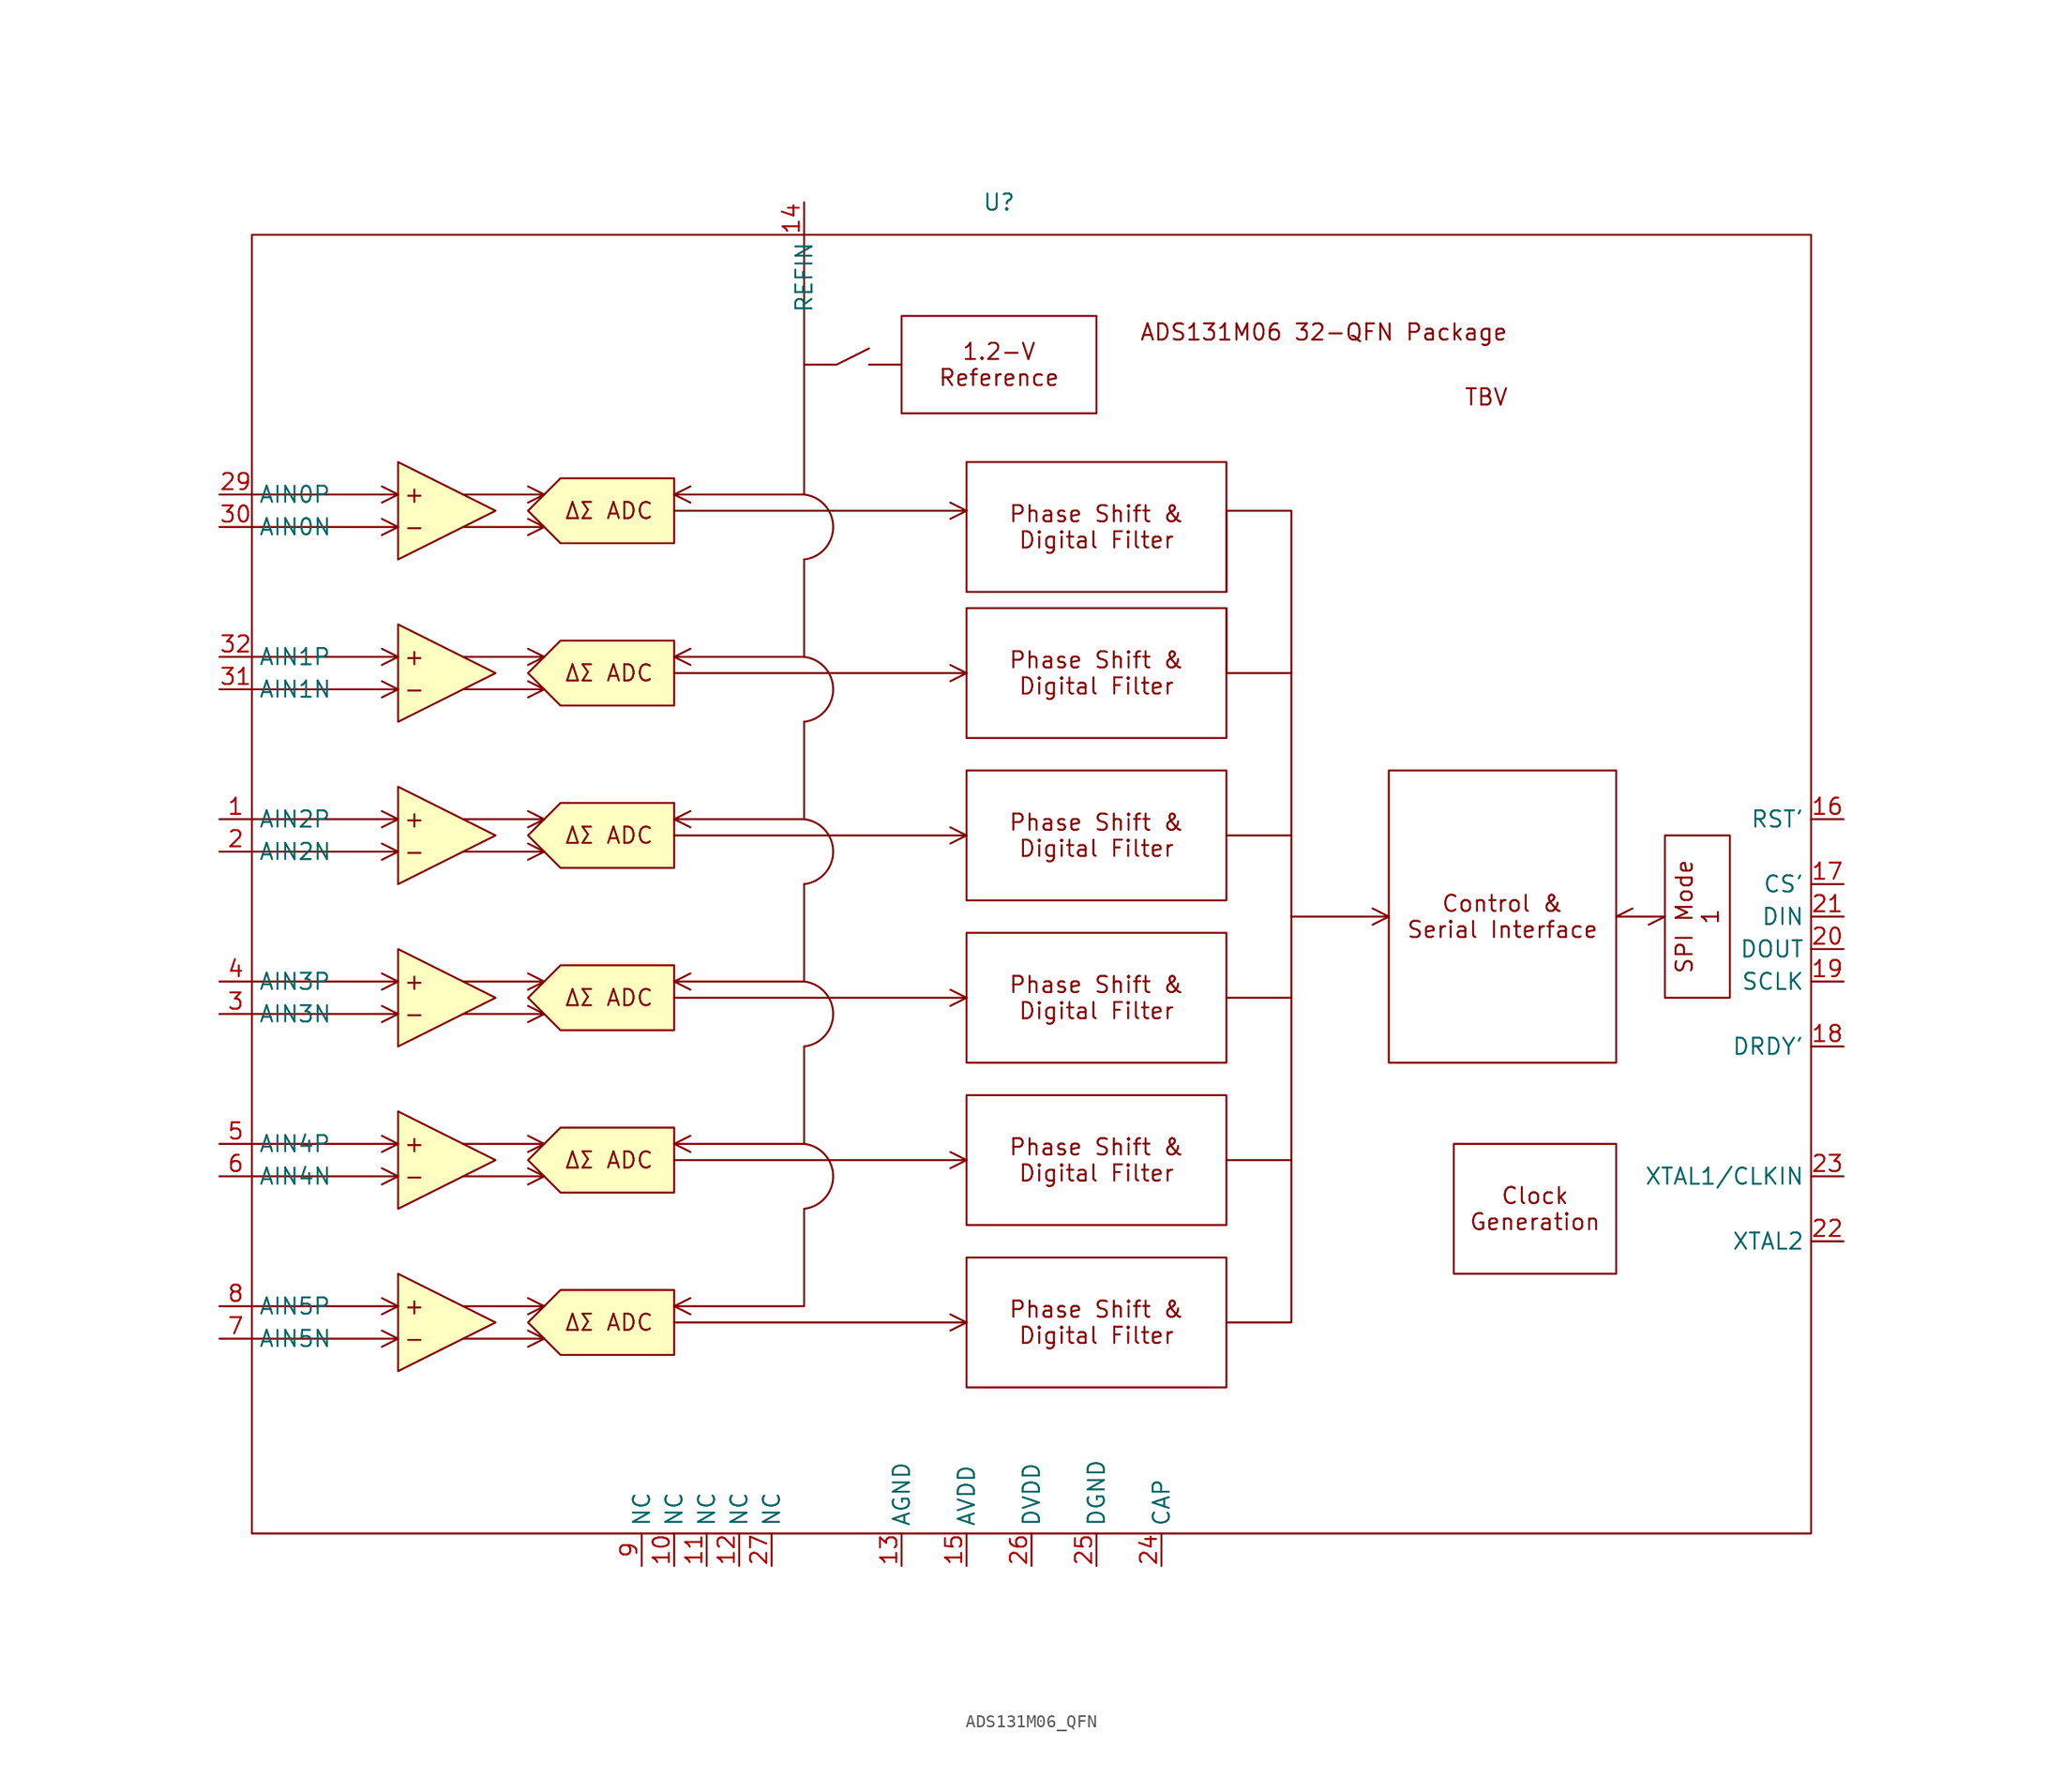
<source format=kicad_sym>
(kicad_symbol_lib
  (version 20220914)
  (generator kicad_symbol_editor)
  (symbol "ADS131M06_QFN"
    (property "Reference" "U"
      (at 30.48 30.48 0)
      (effects (font (size 1.27 1.27))))
    (property "Value" ""
      (at 91.44 -27.94 0)
      (effects (font (size 1.27 1.27))))
    (symbol "ADS131M06_QFN_0_1"
      (polyline (pts (xy 20.32 17.78) (xy 22.86 17.78)) (stroke (width 0) (type default)) (fill (type none)))
      (polyline (pts (xy 15.24 17.78) (xy 17.78 17.78) (xy 20.32 19.05)) (stroke (width 0) (type default)) (fill (type none))))
    (symbol "ADS131M06_QFN_1_1"
      (rectangle (start -27.94 27.94) (end 93.98 -73.66) (stroke (width 0) (type default)) (fill (type none)))
      (polyline (pts (xy -27.94 -58.42) (xy -16.51 -58.42)) (stroke (width 0) (type default)) (fill (type none)))
      (polyline (pts (xy -27.94 -55.88) (xy -16.51 -55.88)) (stroke (width 0) (type default)) (fill (type none)))
      (polyline (pts (xy -27.94 -45.72) (xy -16.51 -45.72)) (stroke (width 0) (type default)) (fill (type none)))
      (polyline (pts (xy -27.94 -43.18) (xy -16.51 -43.18)) (stroke (width 0) (type default)) (fill (type none)))
      (polyline (pts (xy -27.94 -33.02) (xy -16.51 -33.02)) (stroke (width 0) (type default)) (fill (type none)))
      (polyline (pts (xy -27.94 -30.48) (xy -16.51 -30.48)) (stroke (width 0) (type default)) (fill (type none)))
      (polyline (pts (xy -27.94 -20.32) (xy -16.51 -20.32)) (stroke (width 0) (type default)) (fill (type none)))
      (polyline (pts (xy -27.94 -17.78) (xy -16.51 -17.78)) (stroke (width 0) (type default)) (fill (type none)))
      (polyline (pts (xy -27.94 -7.62) (xy -16.51 -7.62)) (stroke (width 0) (type default)) (fill (type none)))
      (polyline (pts (xy -27.94 -5.08) (xy -16.51 -5.08)) (stroke (width 0) (type default)) (fill (type none)))
      (polyline (pts (xy -27.94 5.08) (xy -16.51 5.08)) (stroke (width 0) (type default)) (fill (type none)))
      (polyline (pts (xy -27.94 7.62) (xy -16.51 7.62)) (stroke (width 0) (type default)) (fill (type none)))
      (polyline (pts (xy -16.51 -58.42) (xy -17.78 -59.055)) (stroke (width 0) (type default)) (fill (type color) (color 0 0 0 0)))
      (polyline (pts (xy -16.51 -58.42) (xy -17.78 -57.785)) (stroke (width 0) (type default)) (fill (type color) (color 0 0 0 0)))
      (polyline (pts (xy -16.51 -55.88) (xy -17.78 -56.515)) (stroke (width 0) (type default)) (fill (type color) (color 0 0 0 0)))
      (polyline (pts (xy -16.51 -55.88) (xy -17.78 -55.245)) (stroke (width 0) (type default)) (fill (type color) (color 0 0 0 0)))
      (polyline (pts (xy -16.51 -45.72) (xy -17.78 -46.355)) (stroke (width 0) (type default)) (fill (type color) (color 0 0 0 0)))
      (polyline (pts (xy -16.51 -45.72) (xy -17.78 -45.085)) (stroke (width 0) (type default)) (fill (type color) (color 0 0 0 0)))
      (polyline (pts (xy -16.51 -43.18) (xy -17.78 -43.815)) (stroke (width 0) (type default)) (fill (type color) (color 0 0 0 0)))
      (polyline (pts (xy -16.51 -43.18) (xy -17.78 -42.545)) (stroke (width 0) (type default)) (fill (type color) (color 0 0 0 0)))
      (polyline (pts (xy -16.51 -33.02) (xy -17.78 -33.655)) (stroke (width 0) (type default)) (fill (type color) (color 0 0 0 0)))
      (polyline (pts (xy -16.51 -33.02) (xy -17.78 -32.385)) (stroke (width 0) (type default)) (fill (type color) (color 0 0 0 0)))
      (polyline (pts (xy -16.51 -30.48) (xy -17.78 -31.115)) (stroke (width 0) (type default)) (fill (type color) (color 0 0 0 0)))
      (polyline (pts (xy -16.51 -30.48) (xy -17.78 -29.845)) (stroke (width 0) (type default)) (fill (type color) (color 0 0 0 0)))
      (polyline (pts (xy -16.51 -20.32) (xy -17.78 -20.955)) (stroke (width 0) (type default)) (fill (type color) (color 0 0 0 0)))
      (polyline (pts (xy -16.51 -20.32) (xy -17.78 -19.685)) (stroke (width 0) (type default)) (fill (type color) (color 0 0 0 0)))
      (polyline (pts (xy -16.51 -17.78) (xy -17.78 -18.415)) (stroke (width 0) (type default)) (fill (type color) (color 0 0 0 0)))
      (polyline (pts (xy -16.51 -17.78) (xy -17.78 -17.145)) (stroke (width 0) (type default)) (fill (type color) (color 0 0 0 0)))
      (polyline (pts (xy -16.51 -7.62) (xy -17.78 -8.255)) (stroke (width 0) (type default)) (fill (type color) (color 0 0 0 0)))
      (polyline (pts (xy -16.51 -7.62) (xy -17.78 -6.985)) (stroke (width 0) (type default)) (fill (type color) (color 0 0 0 0)))
      (polyline (pts (xy -16.51 -5.08) (xy -17.78 -5.715)) (stroke (width 0) (type default)) (fill (type color) (color 0 0 0 0)))
      (polyline (pts (xy -16.51 -5.08) (xy -17.78 -4.445)) (stroke (width 0) (type default)) (fill (type color) (color 0 0 0 0)))
      (polyline (pts (xy -16.51 5.08) (xy -17.78 4.445)) (stroke (width 0) (type default)) (fill (type color) (color 0 0 0 0)))
      (polyline (pts (xy -16.51 5.08) (xy -17.78 5.715)) (stroke (width 0) (type default)) (fill (type color) (color 0 0 0 0)))
      (polyline (pts (xy -16.51 7.62) (xy -17.78 6.985)) (stroke (width 0) (type default)) (fill (type color) (color 0 0 0 0)))
      (polyline (pts (xy -16.51 7.62) (xy -17.78 8.255)) (stroke (width 0) (type default)) (fill (type color) (color 0 0 0 0)))
      (polyline (pts (xy -11.43 -58.42) (xy -5.08 -58.42)) (stroke (width 0) (type default)) (fill (type none)))
      (polyline (pts (xy -11.43 -55.88) (xy -5.08 -55.88)) (stroke (width 0) (type default)) (fill (type none)))
      (polyline (pts (xy -11.43 -45.72) (xy -5.08 -45.72)) (stroke (width 0) (type default)) (fill (type none)))
      (polyline (pts (xy -11.43 -43.18) (xy -5.08 -43.18)) (stroke (width 0) (type default)) (fill (type none)))
      (polyline (pts (xy -11.43 -33.02) (xy -5.08 -33.02)) (stroke (width 0) (type default)) (fill (type none)))
      (polyline (pts (xy -11.43 -30.48) (xy -5.08 -30.48)) (stroke (width 0) (type default)) (fill (type none)))
      (polyline (pts (xy -11.43 -20.32) (xy -5.08 -20.32)) (stroke (width 0) (type default)) (fill (type none)))
      (polyline (pts (xy -11.43 -17.78) (xy -5.08 -17.78)) (stroke (width 0) (type default)) (fill (type none)))
      (polyline (pts (xy -11.43 -7.62) (xy -5.08 -7.62)) (stroke (width 0) (type default)) (fill (type none)))
      (polyline (pts (xy -11.43 -5.08) (xy -5.08 -5.08)) (stroke (width 0) (type default)) (fill (type none)))
      (polyline (pts (xy -11.43 5.08) (xy -5.08 5.08)) (stroke (width 0) (type default)) (fill (type none)))
      (polyline (pts (xy -11.43 7.62) (xy -5.08 7.62)) (stroke (width 0) (type default)) (fill (type none)))
      (polyline (pts (xy -5.08 -58.42) (xy -6.35 -59.055)) (stroke (width 0) (type default)) (fill (type color) (color 0 0 0 0)))
      (polyline (pts (xy -5.08 -58.42) (xy -6.35 -57.785)) (stroke (width 0) (type default)) (fill (type color) (color 0 0 0 0)))
      (polyline (pts (xy -5.08 -55.88) (xy -6.35 -56.515)) (stroke (width 0) (type default)) (fill (type color) (color 0 0 0 0)))
      (polyline (pts (xy -5.08 -55.88) (xy -6.35 -55.245)) (stroke (width 0) (type default)) (fill (type color) (color 0 0 0 0)))
      (polyline (pts (xy -5.08 -45.72) (xy -6.35 -46.355)) (stroke (width 0) (type default)) (fill (type color) (color 0 0 0 0)))
      (polyline (pts (xy -5.08 -45.72) (xy -6.35 -45.085)) (stroke (width 0) (type default)) (fill (type color) (color 0 0 0 0)))
      (polyline (pts (xy -5.08 -43.18) (xy -6.35 -43.815)) (stroke (width 0) (type default)) (fill (type color) (color 0 0 0 0)))
      (polyline (pts (xy -5.08 -43.18) (xy -6.35 -42.545)) (stroke (width 0) (type default)) (fill (type color) (color 0 0 0 0)))
      (polyline (pts (xy -5.08 -33.02) (xy -6.35 -33.655)) (stroke (width 0) (type default)) (fill (type color) (color 0 0 0 0)))
      (polyline (pts (xy -5.08 -33.02) (xy -6.35 -32.385)) (stroke (width 0) (type default)) (fill (type color) (color 0 0 0 0)))
      (polyline (pts (xy -5.08 -30.48) (xy -6.35 -31.115)) (stroke (width 0) (type default)) (fill (type color) (color 0 0 0 0)))
      (polyline (pts (xy -5.08 -30.48) (xy -6.35 -29.845)) (stroke (width 0) (type default)) (fill (type color) (color 0 0 0 0)))
      (polyline (pts (xy -5.08 -20.32) (xy -6.35 -20.955)) (stroke (width 0) (type default)) (fill (type color) (color 0 0 0 0)))
      (polyline (pts (xy -5.08 -20.32) (xy -6.35 -19.685)) (stroke (width 0) (type default)) (fill (type color) (color 0 0 0 0)))
      (polyline (pts (xy -5.08 -17.78) (xy -6.35 -18.415)) (stroke (width 0) (type default)) (fill (type color) (color 0 0 0 0)))
      (polyline (pts (xy -5.08 -17.78) (xy -6.35 -17.145)) (stroke (width 0) (type default)) (fill (type color) (color 0 0 0 0)))
      (polyline (pts (xy -5.08 -7.62) (xy -6.35 -8.255)) (stroke (width 0) (type default)) (fill (type color) (color 0 0 0 0)))
      (polyline (pts (xy -5.08 -7.62) (xy -6.35 -6.985)) (stroke (width 0) (type default)) (fill (type color) (color 0 0 0 0)))
      (polyline (pts (xy -5.08 -5.08) (xy -6.35 -5.715)) (stroke (width 0) (type default)) (fill (type color) (color 0 0 0 0)))
      (polyline (pts (xy -5.08 -5.08) (xy -6.35 -4.445)) (stroke (width 0) (type default)) (fill (type color) (color 0 0 0 0)))
      (polyline (pts (xy -5.08 5.08) (xy -6.35 4.445)) (stroke (width 0) (type default)) (fill (type color) (color 0 0 0 0)))
      (polyline (pts (xy -5.08 5.08) (xy -6.35 5.715)) (stroke (width 0) (type default)) (fill (type color) (color 0 0 0 0)))
      (polyline (pts (xy -5.08 7.62) (xy -6.35 6.985)) (stroke (width 0) (type default)) (fill (type color) (color 0 0 0 0)))
      (polyline (pts (xy -5.08 7.62) (xy -6.35 8.255)) (stroke (width 0) (type default)) (fill (type color) (color 0 0 0 0)))
      (polyline (pts (xy 5.08 -57.15) (xy 27.94 -57.15)) (stroke (width 0) (type default)) (fill (type color) (color 0 0 0 0)))
      (polyline (pts (xy 5.08 -55.88) (xy 6.35 -56.515)) (stroke (width 0) (type default)) (fill (type color) (color 0 0 0 0)))
      (polyline (pts (xy 5.08 -55.88) (xy 6.35 -55.245)) (stroke (width 0) (type default)) (fill (type color) (color 0 0 0 0)))
      (polyline (pts (xy 5.08 -44.45) (xy 27.94 -44.45)) (stroke (width 0) (type default)) (fill (type color) (color 0 0 0 0)))
      (polyline (pts (xy 5.08 -43.18) (xy 6.35 -43.815)) (stroke (width 0) (type default)) (fill (type color) (color 0 0 0 0)))
      (polyline (pts (xy 5.08 -43.18) (xy 6.35 -42.545)) (stroke (width 0) (type default)) (fill (type color) (color 0 0 0 0)))
      (polyline (pts (xy 5.08 -31.75) (xy 27.94 -31.75)) (stroke (width 0) (type default)) (fill (type color) (color 0 0 0 0)))
      (polyline (pts (xy 5.08 -30.48) (xy 6.35 -31.115)) (stroke (width 0) (type default)) (fill (type color) (color 0 0 0 0)))
      (polyline (pts (xy 5.08 -30.48) (xy 6.35 -29.845)) (stroke (width 0) (type default)) (fill (type color) (color 0 0 0 0)))
      (polyline (pts (xy 5.08 -19.05) (xy 27.94 -19.05)) (stroke (width 0) (type default)) (fill (type color) (color 0 0 0 0)))
      (polyline (pts (xy 5.08 -17.78) (xy 6.35 -18.415)) (stroke (width 0) (type default)) (fill (type color) (color 0 0 0 0)))
      (polyline (pts (xy 5.08 -17.78) (xy 6.35 -17.145)) (stroke (width 0) (type default)) (fill (type color) (color 0 0 0 0)))
      (polyline (pts (xy 5.08 -6.35) (xy 27.94 -6.35)) (stroke (width 0) (type default)) (fill (type color) (color 0 0 0 0)))
      (polyline (pts (xy 5.08 -5.08) (xy 6.35 -5.715)) (stroke (width 0) (type default)) (fill (type color) (color 0 0 0 0)))
      (polyline (pts (xy 5.08 -5.08) (xy 6.35 -4.445)) (stroke (width 0) (type default)) (fill (type color) (color 0 0 0 0)))
      (polyline (pts (xy 5.08 6.35) (xy 27.94 6.35)) (stroke (width 0) (type default)) (fill (type color) (color 0 0 0 0)))
      (polyline (pts (xy 5.08 7.62) (xy 6.35 6.985)) (stroke (width 0) (type default)) (fill (type color) (color 0 0 0 0)))
      (polyline (pts (xy 5.08 7.62) (xy 6.35 8.255)) (stroke (width 0) (type default)) (fill (type color) (color 0 0 0 0)))
      (polyline (pts (xy 27.94 -57.15) (xy 26.67 -57.785)) (stroke (width 0) (type default)) (fill (type color) (color 0 0 0 0)))
      (polyline (pts (xy 27.94 -57.15) (xy 26.67 -56.515)) (stroke (width 0) (type default)) (fill (type color) (color 0 0 0 0)))
      (polyline (pts (xy 27.94 -44.45) (xy 26.67 -45.085)) (stroke (width 0) (type default)) (fill (type color) (color 0 0 0 0)))
      (polyline (pts (xy 27.94 -44.45) (xy 26.67 -43.815)) (stroke (width 0) (type default)) (fill (type color) (color 0 0 0 0)))
      (polyline (pts (xy 27.94 -31.75) (xy 26.67 -32.385)) (stroke (width 0) (type default)) (fill (type color) (color 0 0 0 0)))
      (polyline (pts (xy 27.94 -31.75) (xy 26.67 -31.115)) (stroke (width 0) (type default)) (fill (type color) (color 0 0 0 0)))
      (polyline (pts (xy 27.94 -19.05) (xy 26.67 -19.685)) (stroke (width 0) (type default)) (fill (type color) (color 0 0 0 0)))
      (polyline (pts (xy 27.94 -19.05) (xy 26.67 -18.415)) (stroke (width 0) (type default)) (fill (type color) (color 0 0 0 0)))
      (polyline (pts (xy 27.94 -6.35) (xy 26.67 -6.985)) (stroke (width 0) (type default)) (fill (type color) (color 0 0 0 0)))
      (polyline (pts (xy 27.94 -6.35) (xy 26.67 -5.715)) (stroke (width 0) (type default)) (fill (type color) (color 0 0 0 0)))
      (polyline (pts (xy 27.94 6.35) (xy 26.67 5.715)) (stroke (width 0) (type default)) (fill (type color) (color 0 0 0 0)))
      (polyline (pts (xy 27.94 6.35) (xy 26.67 6.985)) (stroke (width 0) (type default)) (fill (type color) (color 0 0 0 0)))
      (polyline (pts (xy 48.26 -1.27) (xy 48.26 -6.35)) (stroke (width 0) (type default)) (fill (type color) (color 0 0 0 0)))
      (polyline (pts (xy 48.26 6.35) (xy 48.26 0)) (stroke (width 0) (type default)) (fill (type color) (color 0 0 0 0)))
      (polyline (pts (xy 53.34 -25.4) (xy 60.96 -25.4)) (stroke (width 0) (type default)) (fill (type color) (color 0 0 0 0)))
      (polyline (pts (xy 60.96 -25.4) (xy 59.69 -26.035)) (stroke (width 0) (type default)) (fill (type color) (color 0 0 0 0)))
      (polyline (pts (xy 60.96 -25.4) (xy 59.69 -24.765)) (stroke (width 0) (type default)) (fill (type color) (color 0 0 0 0)))
      (polyline (pts (xy 78.74 -25.4) (xy 80.01 -24.765)) (stroke (width 0) (type default)) (fill (type color) (color 0 0 0 0)))
      (polyline (pts (xy 82.55 -25.4) (xy 78.74 -25.4)) (stroke (width 0) (type default)) (fill (type color) (color 0 0 0 0)))
      (polyline (pts (xy 82.55 -25.4) (xy 81.28 -26.035)) (stroke (width 0) (type default)) (fill (type color) (color 0 0 0 0)))
      (polyline (pts (xy 15.24 -48.26) (xy 15.24 -55.88) (xy 5.08 -55.88)) (stroke (width 0) (type default)) (fill (type color) (color 0 0 0 0)))
      (polyline (pts (xy 15.24 -35.56) (xy 15.24 -43.18) (xy 5.08 -43.18)) (stroke (width 0) (type default)) (fill (type color) (color 0 0 0 0)))
      (polyline (pts (xy 15.24 -22.86) (xy 15.24 -30.48) (xy 5.08 -30.48)) (stroke (width 0) (type default)) (fill (type color) (color 0 0 0 0)))
      (polyline (pts (xy 15.24 -10.16) (xy 15.24 -17.78) (xy 5.08 -17.78)) (stroke (width 0) (type default)) (fill (type color) (color 0 0 0 0)))
      (polyline (pts (xy 15.24 2.54) (xy 15.24 -5.08) (xy 5.08 -5.08)) (stroke (width 0) (type default)) (fill (type color) (color 0 0 0 0)))
      (polyline (pts (xy 15.24 27.94) (xy 15.24 7.62) (xy 5.08 7.62)) (stroke (width 0) (type default)) (fill (type color) (color 0 0 0 0)))
      (polyline (pts (xy 48.26 -57.15) (xy 53.34 -57.15) (xy 53.34 -44.45)) (stroke (width 0) (type default)) (fill (type none)))
      (polyline (pts (xy 48.26 -44.45) (xy 53.34 -44.45) (xy 53.34 -31.75)) (stroke (width 0) (type default)) (fill (type none)))
      (polyline (pts (xy 48.26 -31.75) (xy 53.34 -31.75) (xy 53.34 -19.05)) (stroke (width 0) (type default)) (fill (type none)))
      (polyline (pts (xy 48.26 -19.05) (xy 53.34 -19.05) (xy 53.34 -6.35)) (stroke (width 0) (type default)) (fill (type none)))
      (polyline (pts (xy -16.51 -60.96) (xy -8.89 -57.15) (xy -16.51 -53.34) (xy -16.51 -60.96)) (stroke (width 0) (type default)) (fill (type background)))
      (polyline (pts (xy -16.51 -48.26) (xy -8.89 -44.45) (xy -16.51 -40.64) (xy -16.51 -48.26)) (stroke (width 0) (type default)) (fill (type background)))
      (polyline (pts (xy -16.51 -35.56) (xy -8.89 -31.75) (xy -16.51 -27.94) (xy -16.51 -35.56)) (stroke (width 0) (type default)) (fill (type background)))
      (polyline (pts (xy -16.51 -22.86) (xy -8.89 -19.05) (xy -16.51 -15.24) (xy -16.51 -22.86)) (stroke (width 0) (type default)) (fill (type background)))
      (polyline (pts (xy -16.51 -10.16) (xy -8.89 -6.35) (xy -16.51 -2.54) (xy -16.51 -10.16)) (stroke (width 0) (type default)) (fill (type background)))
      (polyline (pts (xy -16.51 2.54) (xy -8.89 6.35) (xy -16.51 10.16) (xy -16.51 2.54)) (stroke (width 0) (type default)) (fill (type background)))
      (polyline (pts (xy 48.26 6.35) (xy 53.34 6.35) (xy 53.34 -6.35) (xy 48.26 -6.35)) (stroke (width 0) (type default)) (fill (type color) (color 0 0 0 0)))
      (polyline (pts (xy -6.35 -57.15) (xy -3.81 -54.61) (xy 5.08 -54.61) (xy 5.08 -59.69) (xy -3.81 -59.69) (xy -6.35 -57.15)) (stroke (width 0) (type default)) (fill (type background)))
      (polyline (pts (xy -6.35 -44.45) (xy -3.81 -41.91) (xy 5.08 -41.91) (xy 5.08 -46.99) (xy -3.81 -46.99) (xy -6.35 -44.45)) (stroke (width 0) (type default)) (fill (type background)))
      (polyline (pts (xy -6.35 -31.75) (xy -3.81 -29.21) (xy 5.08 -29.21) (xy 5.08 -34.29) (xy -3.81 -34.29) (xy -6.35 -31.75)) (stroke (width 0) (type default)) (fill (type background)))
      (polyline (pts (xy -6.35 -19.05) (xy -3.81 -16.51) (xy 5.08 -16.51) (xy 5.08 -21.59) (xy -3.81 -21.59) (xy -6.35 -19.05)) (stroke (width 0) (type default)) (fill (type background)))
      (polyline (pts (xy -6.35 -6.35) (xy -3.81 -3.81) (xy 5.08 -3.81) (xy 5.08 -8.89) (xy -3.81 -8.89) (xy -6.35 -6.35)) (stroke (width 0) (type default)) (fill (type background)))
      (polyline (pts (xy -6.35 6.35) (xy -3.81 8.89) (xy 5.08 8.89) (xy 5.08 3.81) (xy -3.81 3.81) (xy -6.35 6.35)) (stroke (width 0) (type default)) (fill (type background)))
      (arc (start 15.24 -48.26) (mid 17.5127 -45.72) (end 15.24 -43.18) (stroke (width 0) (type default)) (fill (type color) (color 0 0 0 0)))
      (arc (start 15.24 -35.56) (mid 17.5127 -33.02) (end 15.24 -30.48) (stroke (width 0) (type default)) (fill (type color) (color 0 0 0 0)))
      (arc (start 15.24 -22.86) (mid 17.5127 -20.32) (end 15.24 -17.78) (stroke (width 0) (type default)) (fill (type color) (color 0 0 0 0)))
      (arc (start 15.24 -10.16) (mid 17.5127 -7.62) (end 15.24 -5.08) (stroke (width 0) (type default)) (fill (type color) (color 0 0 0 0)))
      (arc (start 15.24 2.54) (mid 17.5127 5.08) (end 15.24 7.62) (stroke (width 0) (type default)) (fill (type color) (color 0 0 0 0)))
      (text "+" (at -15.24 -55.88 0) (effects (font (size 1.27 1.27))))
      (text "+" (at -15.24 -43.18 0) (effects (font (size 1.27 1.27))))
      (text "+" (at -15.24 -30.48 0) (effects (font (size 1.27 1.27))))
      (text "+" (at -15.24 -17.78 0) (effects (font (size 1.27 1.27))))
      (text "+" (at -15.24 -5.08 0) (effects (font (size 1.27 1.27))))
      (text "+" (at -15.24 7.62 0) (effects (font (size 1.27 1.27))))
      (text "-" (at -15.24 -58.42 0) (effects (font (size 1.27 1.27))))
      (text "-" (at -15.24 -45.72 0) (effects (font (size 1.27 1.27))))
      (text "-" (at -15.24 -33.02 0) (effects (font (size 1.27 1.27))))
      (text "-" (at -15.24 -20.32 0) (effects (font (size 1.27 1.27))))
      (text "-" (at -15.24 -7.62 0) (effects (font (size 1.27 1.27))))
      (text "-" (at -15.24 5.08 0) (effects (font (size 1.27 1.27))))
      (text "ADS131M06 32-QFN Package" (at 55.88 20.32 0) (effects (font (size 1.27 1.27))))
      (text "TBV" (at 68.58 15.24 0) (effects (font (size 1.27 1.27))))
      (text "ΔΣ ADC" (at 0 -57.15 0) (effects (font (size 1.27 1.27))))
      (text "ΔΣ ADC" (at 0 -44.45 0) (effects (font (size 1.27 1.27))))
      (text "ΔΣ ADC" (at 0 -31.75 0) (effects (font (size 1.27 1.27))))
      (text "ΔΣ ADC" (at 0 -19.05 0) (effects (font (size 1.27 1.27))))
      (text "ΔΣ ADC" (at 0 -6.35 0) (effects (font (size 1.27 1.27))))
      (text "ΔΣ ADC" (at 0 6.35 0) (effects (font (size 1.27 1.27))))
      (text_box "1.2-V\nReference" (at 22.86 21.59 0) (size 15.24 -7.62) (stroke (width 0) (type default)) (fill (type color) (color 0 0 0 0)) (effects (font (size 1.27 1.27))))
      (text_box "Clock\nGeneration" (at 66.04 -43.18 0) (size 12.7 -10.16) (stroke (width 0) (type default)) (fill (type color) (color 0 0 0 0)) (effects (font (size 1.27 1.27))))
      (text_box "Control &\nSerial Interface" (at 60.96 -13.97 0) (size 17.78 -22.86) (stroke (width 0) (type default)) (fill (type color) (color 0 0 0 0)) (effects (font (size 1.27 1.27))))
      (text_box "Phase Shift &\nDigital Filter" (at 27.94 -52.07 0) (size 20.32 -10.16) (stroke (width 0) (type default)) (fill (type color) (color 0 0 0 0)) (effects (font (size 1.27 1.27))))
      (text_box "Phase Shift &\nDigital Filter" (at 27.94 -39.37 0) (size 20.32 -10.16) (stroke (width 0) (type default)) (fill (type color) (color 0 0 0 0)) (effects (font (size 1.27 1.27))))
      (text_box "Phase Shift &\nDigital Filter" (at 27.94 -26.67 0) (size 20.32 -10.16) (stroke (width 0) (type default)) (fill (type color) (color 0 0 0 0)) (effects (font (size 1.27 1.27))))
      (text_box "Phase Shift &\nDigital Filter" (at 27.94 -13.97 0) (size 20.32 -10.16) (stroke (width 0) (type default)) (fill (type color) (color 0 0 0 0)) (effects (font (size 1.27 1.27))))
      (text_box "Phase Shift &\nDigital Filter" (at 27.94 -1.27 0) (size 20.32 -10.16) (stroke (width 0) (type default)) (fill (type color) (color 0 0 0 0)) (effects (font (size 1.27 1.27))))
      (text_box "Phase Shift &\nDigital Filter" (at 27.94 10.16 0) (size 20.32 -10.16) (stroke (width 0) (type default)) (fill (type color) (color 0 0 0 0)) (effects (font (size 1.27 1.27))))
      (text_box "SPI Mode 1" (at 82.55 -19.05 90) (size 5.08 -12.7) (stroke (width 0) (type default)) (fill (type color) (color 0 0 0 0)) (effects (font (size 1.27 1.27))))
      (pin input line (at -30.48 -17.78 0) (length 2.54) (name "AIN2P" (effects (font (size 1.27 1.27)))) (number "1" (effects (font (size 1.27 1.27)))))
      (pin input line (at 5.08 -76.2 90) (length 2.54) (name "NC" (effects (font (size 1.27 1.27)))) (number "10" (effects (font (size 1.27 1.27)))))
      (pin input line (at 7.62 -76.2 90) (length 2.54) (name "NC" (effects (font (size 1.27 1.27)))) (number "11" (effects (font (size 1.27 1.27)))))
      (pin input line (at 10.16 -76.2 90) (length 2.54) (name "NC" (effects (font (size 1.27 1.27)))) (number "12" (effects (font (size 1.27 1.27)))))
      (pin input line (at 22.86 -76.2 90) (length 2.54) (name "AGND" (effects (font (size 1.27 1.27)))) (number "13" (effects (font (size 1.27 1.27)))))
      (pin input line (at 15.24 30.48 270) (length 2.54) (name "REFIN" (effects (font (size 1.27 1.27)))) (number "14" (effects (font (size 1.27 1.27)))))
      (pin input line (at 27.94 -76.2 90) (length 2.54) (name "AVDD" (effects (font (size 1.27 1.27)))) (number "15" (effects (font (size 1.27 1.27)))))
      (pin input line (at 96.52 -17.78 180) (length 2.54) (name "RST'" (effects (font (size 1.27 1.27)))) (number "16" (effects (font (size 1.27 1.27)))))
      (pin input line (at 96.52 -22.86 180) (length 2.54) (name "CS'" (effects (font (size 1.27 1.27)))) (number "17" (effects (font (size 1.27 1.27)))))
      (pin input line (at 96.52 -35.56 180) (length 2.54) (name "DRDY'" (effects (font (size 1.27 1.27)))) (number "18" (effects (font (size 1.27 1.27)))))
      (pin input line (at 96.52 -30.48 180) (length 2.54) (name "SCLK" (effects (font (size 1.27 1.27)))) (number "19" (effects (font (size 1.27 1.27)))))
      (pin input line (at -30.48 -20.32 0) (length 2.54) (name "AIN2N" (effects (font (size 1.27 1.27)))) (number "2" (effects (font (size 1.27 1.27)))))
      (pin input line (at 96.52 -27.94 180) (length 2.54) (name "DOUT" (effects (font (size 1.27 1.27)))) (number "20" (effects (font (size 1.27 1.27)))))
      (pin input line (at 96.52 -25.4 180) (length 2.54) (name "DIN" (effects (font (size 1.27 1.27)))) (number "21" (effects (font (size 1.27 1.27)))))
      (pin input line (at 96.52 -50.8 180) (length 2.54) (name "XTAL2" (effects (font (size 1.27 1.27)))) (number "22" (effects (font (size 1.27 1.27)))))
      (pin input line (at 96.52 -45.72 180) (length 2.54) (name "XTAL1/CLKIN" (effects (font (size 1.27 1.27)))) (number "23" (effects (font (size 1.27 1.27)))))
      (pin input line (at 43.18 -76.2 90) (length 2.54) (name "CAP" (effects (font (size 1.27 1.27)))) (number "24" (effects (font (size 1.27 1.27)))))
      (pin input line (at 38.1 -76.2 90) (length 2.54) (name "DGND" (effects (font (size 1.27 1.27)))) (number "25" (effects (font (size 1.27 1.27)))))
      (pin input line (at 33.02 -76.2 90) (length 2.54) (name "DVDD" (effects (font (size 1.27 1.27)))) (number "26" (effects (font (size 1.27 1.27)))))
      (pin input line (at 12.7 -76.2 90) (length 2.54) (name "NC" (effects (font (size 1.27 1.27)))) (number "27" (effects (font (size 1.27 1.27)))))
      (pin input line (at 22.86 -76.2 90) (length 2.54) hide (name "AGND" (effects (font (size 1.27 1.27)))) (number "28" (effects (font (size 1.27 1.27)))))
      (pin input line (at -30.48 7.62 0) (length 2.54) (name "AIN0P" (effects (font (size 1.27 1.27)))) (number "29" (effects (font (size 1.27 1.27)))))
      (pin input line (at -30.48 -33.02 0) (length 2.54) (name "AIN3N" (effects (font (size 1.27 1.27)))) (number "3" (effects (font (size 1.27 1.27)))))
      (pin input line (at -30.48 5.08 0) (length 2.54) (name "AIN0N" (effects (font (size 1.27 1.27)))) (number "30" (effects (font (size 1.27 1.27)))))
      (pin input line (at -30.48 -7.62 0) (length 2.54) (name "AIN1N" (effects (font (size 1.27 1.27)))) (number "31" (effects (font (size 1.27 1.27)))))
      (pin input line (at -30.48 -5.08 0) (length 2.54) (name "AIN1P" (effects (font (size 1.27 1.27)))) (number "32" (effects (font (size 1.27 1.27)))))
      (pin input line (at -30.48 -30.48 0) (length 2.54) (name "AIN3P" (effects (font (size 1.27 1.27)))) (number "4" (effects (font (size 1.27 1.27)))))
      (pin input line (at -30.48 -43.18 0) (length 2.54) (name "AIN4P" (effects (font (size 1.27 1.27)))) (number "5" (effects (font (size 1.27 1.27)))))
      (pin input line (at -30.48 -45.72 0) (length 2.54) (name "AIN4N" (effects (font (size 1.27 1.27)))) (number "6" (effects (font (size 1.27 1.27)))))
      (pin input line (at -30.48 -58.42 0) (length 2.54) (name "AIN5N" (effects (font (size 1.27 1.27)))) (number "7" (effects (font (size 1.27 1.27)))))
      (pin input line (at -30.48 -55.88 0) (length 2.54) (name "AIN5P" (effects (font (size 1.27 1.27)))) (number "8" (effects (font (size 1.27 1.27)))))
      (pin input line (at 2.54 -76.2 90) (length 2.54) (name "NC" (effects (font (size 1.27 1.27)))) (number "9" (effects (font (size 1.27 1.27))))))))
</source>
